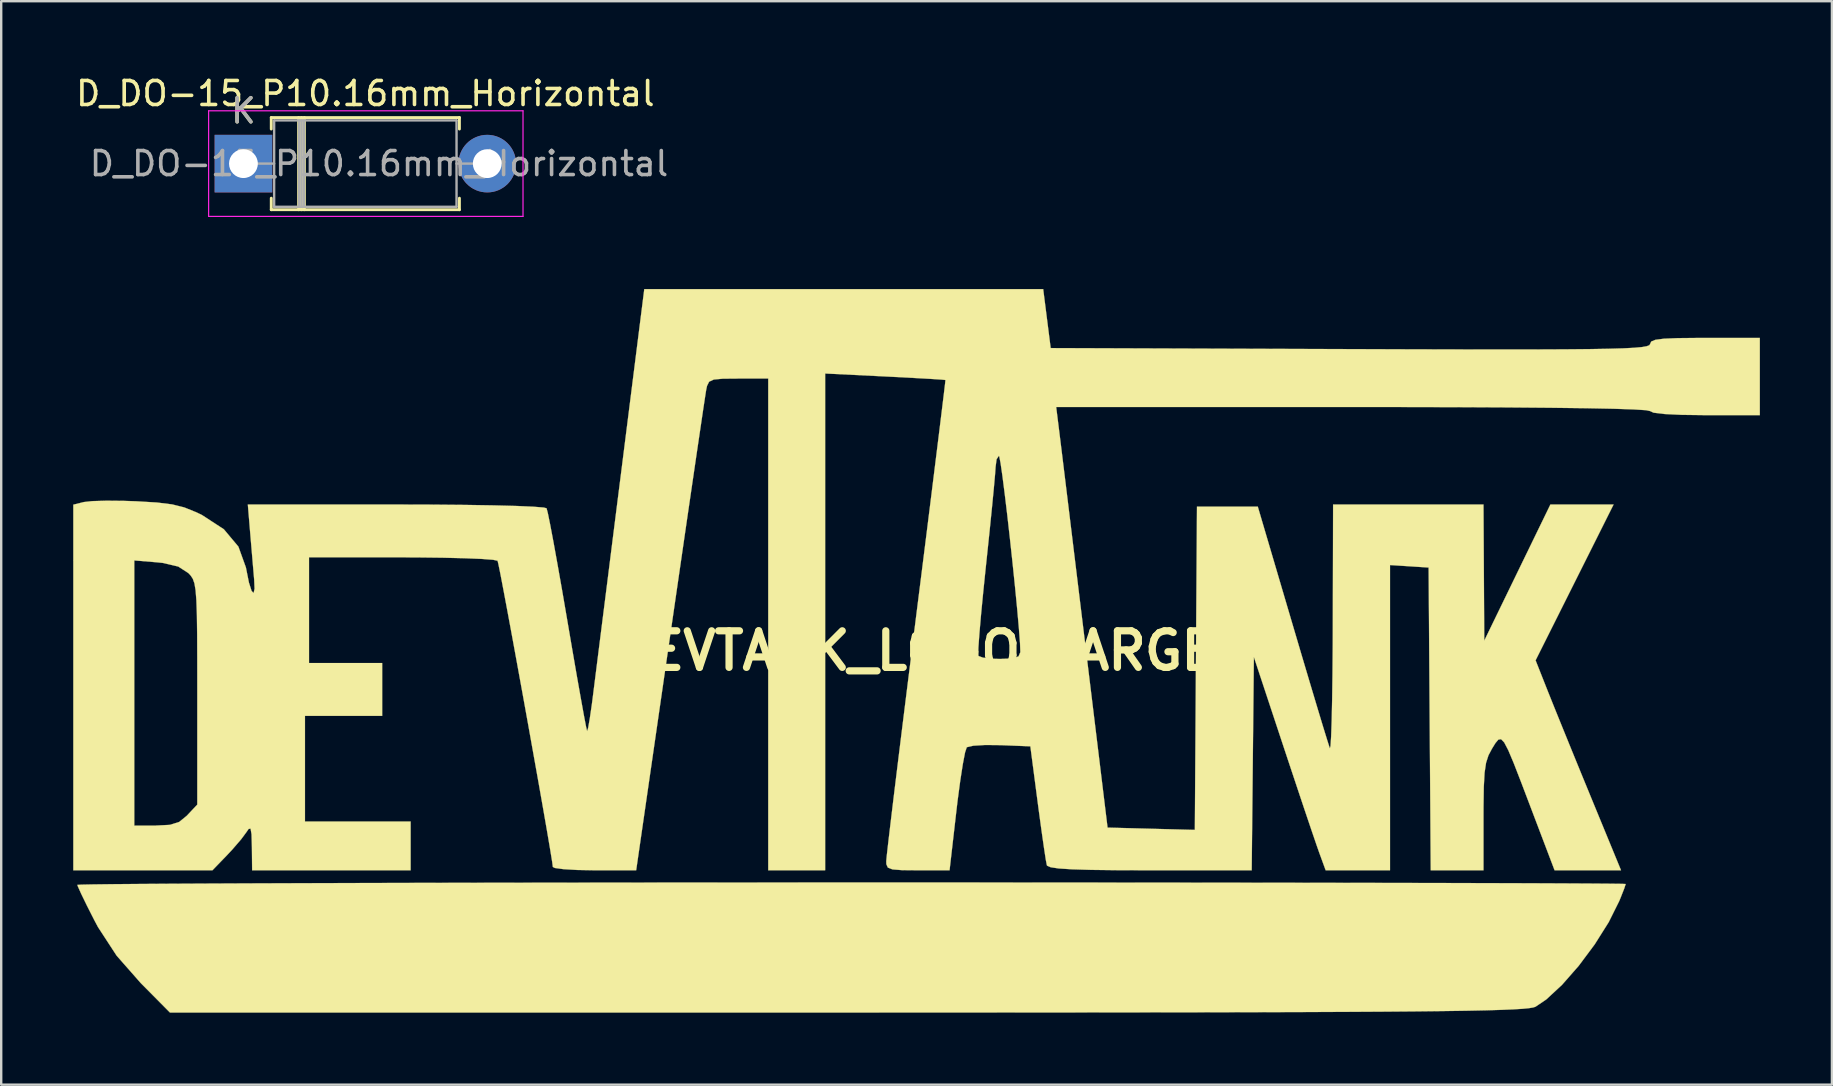
<source format=kicad_pcb>
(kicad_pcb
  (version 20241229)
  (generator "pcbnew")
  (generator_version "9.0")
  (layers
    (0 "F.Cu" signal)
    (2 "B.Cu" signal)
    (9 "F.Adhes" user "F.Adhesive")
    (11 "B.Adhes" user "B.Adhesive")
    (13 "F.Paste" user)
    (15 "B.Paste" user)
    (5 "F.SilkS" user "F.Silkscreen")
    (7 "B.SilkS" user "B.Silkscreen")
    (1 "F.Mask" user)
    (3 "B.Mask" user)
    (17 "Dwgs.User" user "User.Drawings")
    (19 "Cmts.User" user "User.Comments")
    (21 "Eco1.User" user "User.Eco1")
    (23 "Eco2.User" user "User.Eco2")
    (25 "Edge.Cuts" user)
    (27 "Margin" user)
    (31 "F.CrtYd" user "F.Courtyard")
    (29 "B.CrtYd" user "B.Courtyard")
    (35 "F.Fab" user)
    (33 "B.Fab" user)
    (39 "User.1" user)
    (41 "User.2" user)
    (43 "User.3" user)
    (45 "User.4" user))
  (footprint "DEVTANK_LOGO_LARGE"
    (layer "F.Cu")
    (at 35.057 24.069)
    (property "Reference" "DEVTANK_LOGO_LARGE" (at 0 0 0) (layer "F.SilkS") (effects (font (size 1.524 1.524) (thickness 0.3))))
    (attr through_hole)
    (fp_poly (pts (xy 0.654 9.652) (xy 3.841 9.653) (xy 6.92 9.655) (xy 9.874 9.657) (xy 12.687 9.66) (xy 15.343 9.663) (xy 17.825 9.667) (xy 20.117 9.671) (xy 22.203 9.675) (xy 24.065 9.68) (xy 25.687 9.685) (xy 27.054 9.691) (xy 28.148 9.697) (xy 28.954 9.703) (xy 29.454 9.709) (xy 29.633 9.716) (xy 29.633 9.716) (xy 29.574 9.897) (xy 29.426 10.274) (xy 29.363 10.427) (xy 28.924 11.307) (xy 28.341 12.232) (xy 27.674 13.126) (xy 26.981 13.916) (xy 26.321 14.528) (xy 25.874 14.83) (xy 25.777 14.861) (xy 25.599 14.89) (xy 25.327 14.916) (xy 24.946 14.939) (xy 24.441 14.96) (xy 23.798 14.979) (xy 23.002 14.996) (xy 22.038 15.01) (xy 20.893 15.023) (xy 19.551 15.034) (xy 17.997 15.043) (xy 16.219 15.051) (xy 14.199 15.057) (xy 11.925 15.062) (xy 9.382 15.065) (xy 6.554 15.068) (xy 3.428 15.07) (xy -0.011 15.07) (xy -2.805 15.071) (xy -31.026 15.071) (xy -32.243 13.843) (xy -33.246 12.703) (xy -34.022 11.514) (xy -34.171 11.235) (xy -34.484 10.618) (xy -34.726 10.12) (xy -34.864 9.812) (xy -34.883 9.753) (xy -34.716 9.743) (xy -34.227 9.733) (xy -33.433 9.723) (xy -32.349 9.714) (xy -30.992 9.705) (xy -29.378 9.697) (xy -27.524 9.689) (xy -25.447 9.682) (xy -23.162 9.675) (xy -20.687 9.669) (xy -18.037 9.664) (xy -15.229 9.66) (xy -12.28 9.657) (xy -9.205 9.654) (xy -6.022 9.653) (xy -2.746 9.652) (xy -2.625 9.652) (xy 0.654 9.652)) (stroke (width 0.01) (type solid)) (fill yes) (layer "F.SilkS"))
    (fp_poly (pts (xy 5.517 -13.843) (xy 5.673 -12.615) (xy 18.161 -12.572) (xy 20.536 -12.564) (xy 22.595 -12.559) (xy 24.359 -12.557) (xy 25.851 -12.558) (xy 27.092 -12.563) (xy 28.105 -12.572) (xy 28.911 -12.586) (xy 29.533 -12.604) (xy 29.993 -12.628) (xy 30.312 -12.657) (xy 30.513 -12.693) (xy 30.618 -12.734) (xy 30.649 -12.782) (xy 30.649 -12.784) (xy 30.697 -12.888) (xy 30.872 -12.96) (xy 31.226 -13.006) (xy 31.806 -13.03) (xy 32.662 -13.038) (xy 32.935 -13.039) (xy 35.221 -13.039) (xy 35.221 -9.821) (xy 32.935 -9.821) (xy 31.97 -9.833) (xy 31.245 -9.868) (xy 30.794 -9.923) (xy 30.649 -9.991) (xy 30.481 -10.027) (xy 29.976 -10.059) (xy 29.14 -10.087) (xy 27.974 -10.11) (xy 26.481 -10.129) (xy 24.666 -10.144) (xy 22.531 -10.154) (xy 20.079 -10.159) (xy 18.276 -10.16) (xy 5.902 -10.16) (xy 6.013 -9.271) (xy 6.056 -8.922) (xy 6.136 -8.276) (xy 6.247 -7.369) (xy 6.385 -6.24) (xy 6.545 -4.927) (xy 6.723 -3.467) (xy 6.914 -1.9) (xy 7.084 -0.508) (xy 8.043 7.366) (xy 11.68 7.462) (xy 11.724 0.725) (xy 11.769 -6.011) (xy 14.302 -6.011) (xy 15.751 -1.101) (xy 16.118 0.14) (xy 16.458 1.282) (xy 16.758 2.284) (xy 17.005 3.103) (xy 17.188 3.696) (xy 17.291 4.021) (xy 17.307 4.064) (xy 17.334 3.966) (xy 17.359 3.567) (xy 17.382 2.906) (xy 17.401 2.022) (xy 17.416 0.951) (xy 17.426 -0.266) (xy 17.428 -0.889) (xy 17.441 -6.096) (xy 23.707 -6.096) (xy 23.723 -3.26) (xy 23.739 -0.423) (xy 25.117 -3.26) (xy 26.495 -6.096) (xy 29.127 -6.096) (xy 25.878 0.396) (xy 26.386 1.68) (xy 26.616 2.254) (xy 26.944 3.064) (xy 27.338 4.033) (xy 27.767 5.083) (xy 28.166 6.054) (xy 29.438 9.144) (xy 26.67 9.144) (xy 25.688 6.558) (xy 25.278 5.479) (xy 24.969 4.684) (xy 24.74 4.141) (xy 24.571 3.818) (xy 24.439 3.681) (xy 24.325 3.7) (xy 24.206 3.843) (xy 24.062 4.076) (xy 24.061 4.078) (xy 23.914 4.356) (xy 23.814 4.667) (xy 23.752 5.082) (xy 23.72 5.67) (xy 23.708 6.5) (xy 23.707 6.9) (xy 23.707 9.144) (xy 21.509 9.144) (xy 21.465 2.836) (xy 21.421 -3.471) (xy 19.812 -3.575) (xy 19.812 9.144) (xy 17.131 9.144) (xy 16.868 8.424) (xy 16.739 8.056) (xy 16.523 7.423) (xy 16.239 6.582) (xy 15.908 5.591) (xy 15.547 4.506) (xy 15.372 3.979) (xy 14.139 0.254) (xy 14.049 9.144) (xy 9.813 9.144) (xy 8.431 9.14) (xy 7.357 9.127) (xy 6.56 9.103) (xy 6.01 9.068) (xy 5.675 9.018) (xy 5.526 8.954) (xy 5.513 8.932) (xy 5.468 8.695) (xy 5.391 8.188) (xy 5.29 7.481) (xy 5.175 6.638) (xy 5.137 6.35) (xy 4.826 3.979) (xy 3.572 3.929) (xy 2.945 3.923) (xy 2.451 3.953) (xy 2.187 4.014) (xy 2.175 4.023) (xy 2.105 4.234) (xy 2.012 4.719) (xy 1.904 5.415) (xy 1.792 6.257) (xy 1.745 6.655) (xy 1.459 9.144) (xy 0.137 9.144) (xy -0.526 9.138) (xy -0.919 9.107) (xy -1.112 9.031) (xy -1.175 8.89) (xy -1.178 8.763) (xy -1.156 8.529) (xy -1.095 7.99) (xy -0.999 7.177) (xy -0.872 6.121) (xy -0.717 4.853) (xy -0.538 3.403) (xy -0.339 1.804) (xy -0.135 0.172) (xy 2.652 0.172) (xy 2.657 0.212) (xy 2.854 0.285) (xy 3.275 0.331) (xy 3.566 0.339) (xy 4.079 0.317) (xy 4.333 0.232) (xy 4.408 0.057) (xy 4.408 0.042) (xy 4.395 -0.323) (xy 4.349 -0.931) (xy 4.279 -1.725) (xy 4.189 -2.649) (xy 4.086 -3.649) (xy 3.976 -4.667) (xy 3.865 -5.649) (xy 3.758 -6.539) (xy 3.663 -7.282) (xy 3.585 -7.821) (xy 3.53 -8.101) (xy 3.516 -8.128) (xy 3.419 -7.982) (xy 3.377 -7.662) (xy 3.356 -7.359) (xy 3.304 -6.777) (xy 3.226 -5.971) (xy 3.128 -5.001) (xy 3.015 -3.922) (xy 2.976 -3.556) (xy 2.865 -2.48) (xy 2.772 -1.519) (xy 2.703 -0.723) (xy 2.661 -0.142) (xy 2.652 0.172) (xy -0.135 0.172) (xy -0.124 0.085) (xy 0.067 -1.439) (xy 0.292 -3.222) (xy 0.503 -4.901) (xy 0.696 -6.448) (xy 0.868 -7.832) (xy 1.016 -9.024) (xy 1.135 -9.995) (xy 1.223 -10.715) (xy 1.275 -11.154) (xy 1.288 -11.285) (xy 1.122 -11.302) (xy 0.677 -11.331) (xy 0.013 -11.368) (xy -0.81 -11.412) (xy -1.228 -11.433) (xy -3.725 -11.556) (xy -3.725 9.144) (xy -6.096 9.144) (xy -6.096 -11.345) (xy -7.345 -11.345) (xy -7.985 -11.34) (xy -8.364 -11.305) (xy -8.559 -11.215) (xy -8.646 -11.041) (xy -8.681 -10.88) (xy -8.72 -10.63) (xy -8.804 -10.077) (xy -8.926 -9.251) (xy -9.084 -8.184) (xy -9.271 -6.906) (xy -9.484 -5.45) (xy -9.717 -3.846) (xy -9.967 -2.125) (xy -10.183 -0.635) (xy -11.599 9.144) (xy -13.335 9.144) (xy -14.055 9.131) (xy -14.63 9.097) (xy -14.987 9.048) (xy -15.071 9.005) (xy -15.1 8.785) (xy -15.182 8.28) (xy -15.308 7.537) (xy -15.471 6.6) (xy -15.663 5.512) (xy -15.876 4.32) (xy -16.1 3.068) (xy -16.329 1.8) (xy -16.555 0.561) (xy -16.768 -0.603) (xy -16.962 -1.649) (xy -17.128 -2.532) (xy -17.257 -3.207) (xy -17.343 -3.628) (xy -17.374 -3.754) (xy -17.561 -3.794) (xy -18.038 -3.83) (xy -18.756 -3.859) (xy -19.667 -3.881) (xy -20.721 -3.893) (xy -21.346 -3.895) (xy -25.231 -3.895) (xy -25.231 0.508) (xy -22.183 0.508) (xy -22.183 2.709) (xy -25.4 2.709) (xy -25.4 7.112) (xy -20.997 7.112) (xy -20.997 9.144) (xy -27.601 9.144) (xy -27.611 8.17) (xy -27.626 7.643) (xy -27.666 7.408) (xy -27.747 7.421) (xy -27.823 7.533) (xy -28.058 7.851) (xy -28.427 8.279) (xy -28.64 8.507) (xy -29.255 9.144) (xy -35.052 9.144) (xy -35.052 7.281) (xy -32.512 7.281) (xy -31.61 7.281) (xy -31.025 7.251) (xy -30.64 7.129) (xy -30.324 6.872) (xy -30.298 6.844) (xy -29.887 6.407) (xy -29.887 1.769) (xy -29.888 0.395) (xy -29.892 -0.681) (xy -29.903 -1.499) (xy -29.924 -2.099) (xy -29.957 -2.523) (xy -30.005 -2.81) (xy -30.072 -3) (xy -30.161 -3.136) (xy -30.258 -3.24) (xy -30.679 -3.512) (xy -31.313 -3.662) (xy -31.571 -3.689) (xy -32.512 -3.767) (xy -32.512 7.281) (xy -35.052 7.281) (xy -35.052 -6.09) (xy -34.616 -6.199) (xy -34.264 -6.238) (xy -33.671 -6.255) (xy -32.931 -6.248) (xy -32.429 -6.231) (xy -31.567 -6.18) (xy -30.936 -6.102) (xy -30.427 -5.975) (xy -29.935 -5.777) (xy -29.691 -5.659) (xy -28.779 -5.065) (xy -28.173 -4.341) (xy -27.859 -3.47) (xy -27.848 -3.41) (xy -27.735 -2.845) (xy -27.625 -2.5) (xy -27.54 -2.405) (xy -27.5 -2.587) (xy -27.516 -2.963) (xy -27.571 -3.605) (xy -27.637 -4.385) (xy -27.685 -4.953) (xy -27.78 -6.096) (xy -21.605 -6.096) (xy -20.086 -6.092) (xy -18.721 -6.08) (xy -17.544 -6.061) (xy -16.584 -6.036) (xy -15.876 -6.005) (xy -15.449 -5.97) (xy -15.333 -5.94) (xy -15.28 -5.738) (xy -15.18 -5.247) (xy -15.041 -4.511) (xy -14.872 -3.576) (xy -14.679 -2.486) (xy -14.473 -1.287) (xy -14.466 -1.245) (xy -14.261 -0.049) (xy -14.074 1.032) (xy -13.91 1.955) (xy -13.779 2.678) (xy -13.688 3.155) (xy -13.645 3.345) (xy -13.644 3.346) (xy -13.601 3.215) (xy -13.532 2.822) (xy -13.447 2.241) (xy -13.415 1.995) (xy -13.357 1.536) (xy -13.262 0.783) (xy -13.135 -0.224) (xy -12.981 -1.443) (xy -12.805 -2.833) (xy -12.614 -4.353) (xy -12.411 -5.961) (xy -12.249 -7.239) (xy -11.261 -15.071) (xy 5.361 -15.071) (xy 5.517 -13.843)) (stroke (width 0.01) (type solid)) (fill yes) (layer "F.SilkS")))
  (footprint "D_DO-15_P10.16mm_Horizontal"
    (layer "F.Cu")
    (at 7.093 3.768)
    (property "Reference" "D_DO-15_P10.16mm_Horizontal" (at 5.08 -2.92 0) (layer "F.SilkS") (effects (font (size 1 1) (thickness 0.15))))
    (attr through_hole)
    (fp_line (start 1.16 -1.92) (end 9 -1.92) (stroke (width 0.12) (type solid)) (layer "F.SilkS"))
    (fp_line (start 1.16 -1.44) (end 1.16 -1.92) (stroke (width 0.12) (type solid)) (layer "F.SilkS"))
    (fp_line (start 1.16 1.44) (end 1.16 1.92) (stroke (width 0.12) (type solid)) (layer "F.SilkS"))
    (fp_line (start 1.16 1.92) (end 9 1.92) (stroke (width 0.12) (type solid)) (layer "F.SilkS"))
    (fp_line (start 2.3 -1.92) (end 2.3 1.92) (stroke (width 0.12) (type solid)) (layer "F.SilkS"))
    (fp_line (start 2.42 -1.92) (end 2.42 1.92) (stroke (width 0.12) (type solid)) (layer "F.SilkS"))
    (fp_line (start 2.54 -1.92) (end 2.54 1.92) (stroke (width 0.12) (type solid)) (layer "F.SilkS"))
    (fp_line (start 9 -1.92) (end 9 -1.44) (stroke (width 0.12) (type solid)) (layer "F.SilkS"))
    (fp_line (start 9 1.92) (end 9 1.44) (stroke (width 0.12) (type solid)) (layer "F.SilkS"))
    (fp_line (start -1.45 -2.2) (end -1.45 2.2) (stroke (width 0.05) (type solid)) (layer "F.CrtYd"))
    (fp_line (start -1.45 2.2) (end 11.65 2.2) (stroke (width 0.05) (type solid)) (layer "F.CrtYd"))
    (fp_line (start 11.65 -2.2) (end -1.45 -2.2) (stroke (width 0.05) (type solid)) (layer "F.CrtYd"))
    (fp_line (start 11.65 2.2) (end 11.65 -2.2) (stroke (width 0.05) (type solid)) (layer "F.CrtYd"))
    (fp_line (start 0 0) (end 1.28 0) (stroke (width 0.1) (type solid)) (layer "F.Fab"))
    (fp_line (start 1.28 -1.8) (end 1.28 1.8) (stroke (width 0.1) (type solid)) (layer "F.Fab"))
    (fp_line (start 1.28 1.8) (end 8.88 1.8) (stroke (width 0.1) (type solid)) (layer "F.Fab"))
    (fp_line (start 2.32 -1.8) (end 2.32 1.8) (stroke (width 0.1) (type solid)) (layer "F.Fab"))
    (fp_line (start 2.42 -1.8) (end 2.42 1.8) (stroke (width 0.1) (type solid)) (layer "F.Fab"))
    (fp_line (start 2.52 -1.8) (end 2.52 1.8) (stroke (width 0.1) (type solid)) (layer "F.Fab"))
    (fp_line (start 8.88 -1.8) (end 1.28 -1.8) (stroke (width 0.1) (type solid)) (layer "F.Fab"))
    (fp_line (start 8.88 1.8) (end 8.88 -1.8) (stroke (width 0.1) (type solid)) (layer "F.Fab"))
    (fp_line (start 10.16 0) (end 8.88 0) (stroke (width 0.1) (type solid)) (layer "F.Fab"))
    (fp_text user "K" (at 0 -2.2 0) (layer "F.SilkS") (effects (font (size 1 1) (thickness 0.15))))
    (fp_text user "K" (at 0 -2.2 0) (layer "F.Fab") (effects (font (size 1 1) (thickness 0.15))))
    (fp_text user "${REFERENCE}" (at 5.65 0 0) (layer "F.Fab") (effects (font (size 1 1) (thickness 0.15))))
    (pad "1" thru_hole rect (at 0 0) (size 2.4 2.4) (drill 1.2) (layers "*.Cu" "*.Mask"))
    (pad "2" thru_hole oval (at 10.16 0) (size 2.4 2.4) (drill 1.2) (layers "*.Cu" "*.Mask")))
  (gr_rect
    (start -3 -3)
    (end 73.283 42.145)
    (stroke (width 0.1) (type default))
    (fill no)
    (layer "Edge.Cuts")))
</source>
